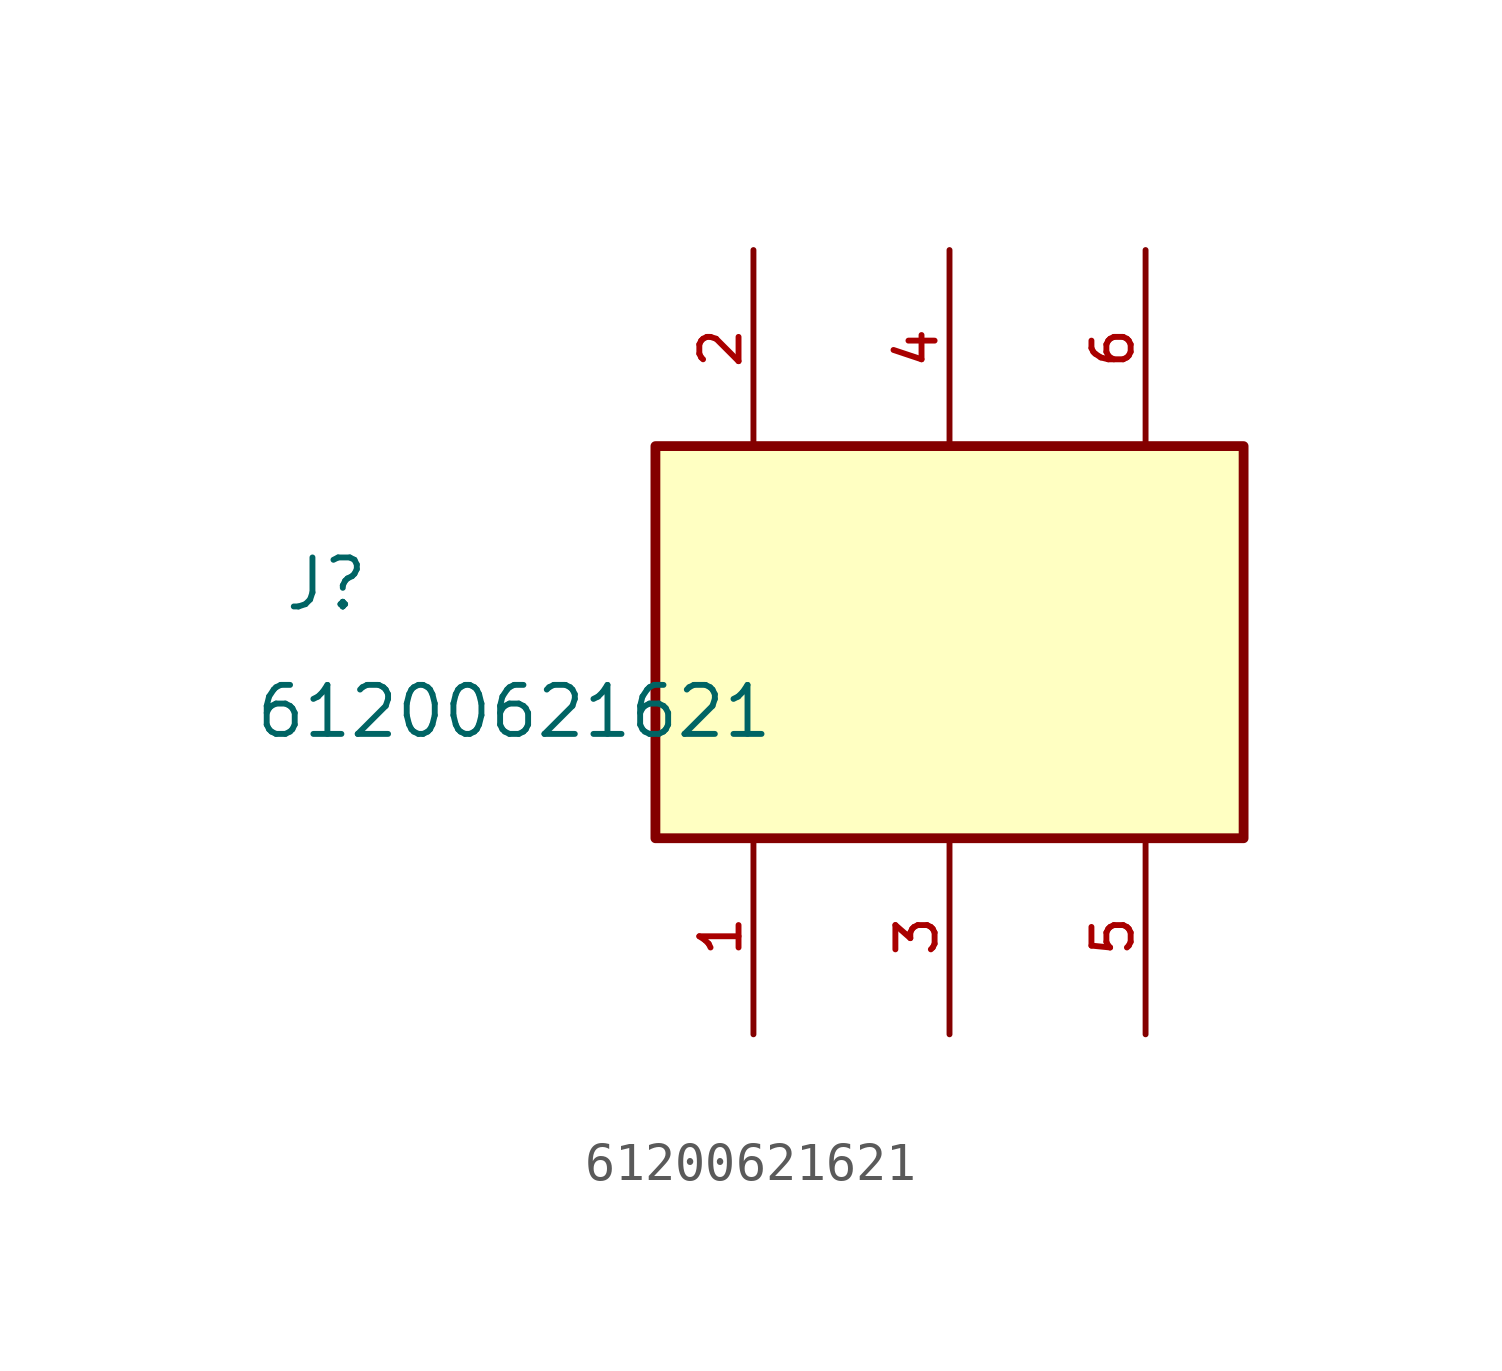
<source format=kicad_sym>
(kicad_symbol_lib
  (version 20231120)
  (generator "kicad_symbol_editor")
  (generator_version "8.0")
  (symbol "61200621621"
    (pin_names
      (offset 1.016))
    (property "Reference" "J"
      (at -17.272 0.762 0)
      (effects (font (size 1.27 1.27)) (justify left bottom)))
    (property "Value" "61200621621"
      (at -18.034 -2.54 0)
      (effects (font (size 1.27 1.27)) (justify left bottom)))
    (symbol "61200621621_0_0"
      (rectangle (start -7.62 -5.08) (end 7.62 5.08) (stroke (width 0.254) (type default)) (fill (type background)))
      (pin passive line (at -5.08 -10.16 90) (length 5.08) (name "~" (effects (font (size 1.016 1.016)))) (number "1" (effects (font (size 1.016 1.016)))))
      (pin passive line (at -5.08 10.16 270) (length 5.08) (name "~" (effects (font (size 1.016 1.016)))) (number "2" (effects (font (size 1.016 1.016)))))
      (pin passive line (at 0 -10.16 90) (length 5.08) (name "~" (effects (font (size 1.016 1.016)))) (number "3" (effects (font (size 1.016 1.016)))))
      (pin passive line (at 0 10.16 270) (length 5.08) (name "~" (effects (font (size 1.016 1.016)))) (number "4" (effects (font (size 1.016 1.016)))))
      (pin passive line (at 5.08 -10.16 90) (length 5.08) (name "~" (effects (font (size 1.016 1.016)))) (number "5" (effects (font (size 1.016 1.016)))))
      (pin passive line (at 5.08 10.16 270) (length 5.08) (name "~" (effects (font (size 1.016 1.016)))) (number "6" (effects (font (size 1.016 1.016))))))))
</source>
